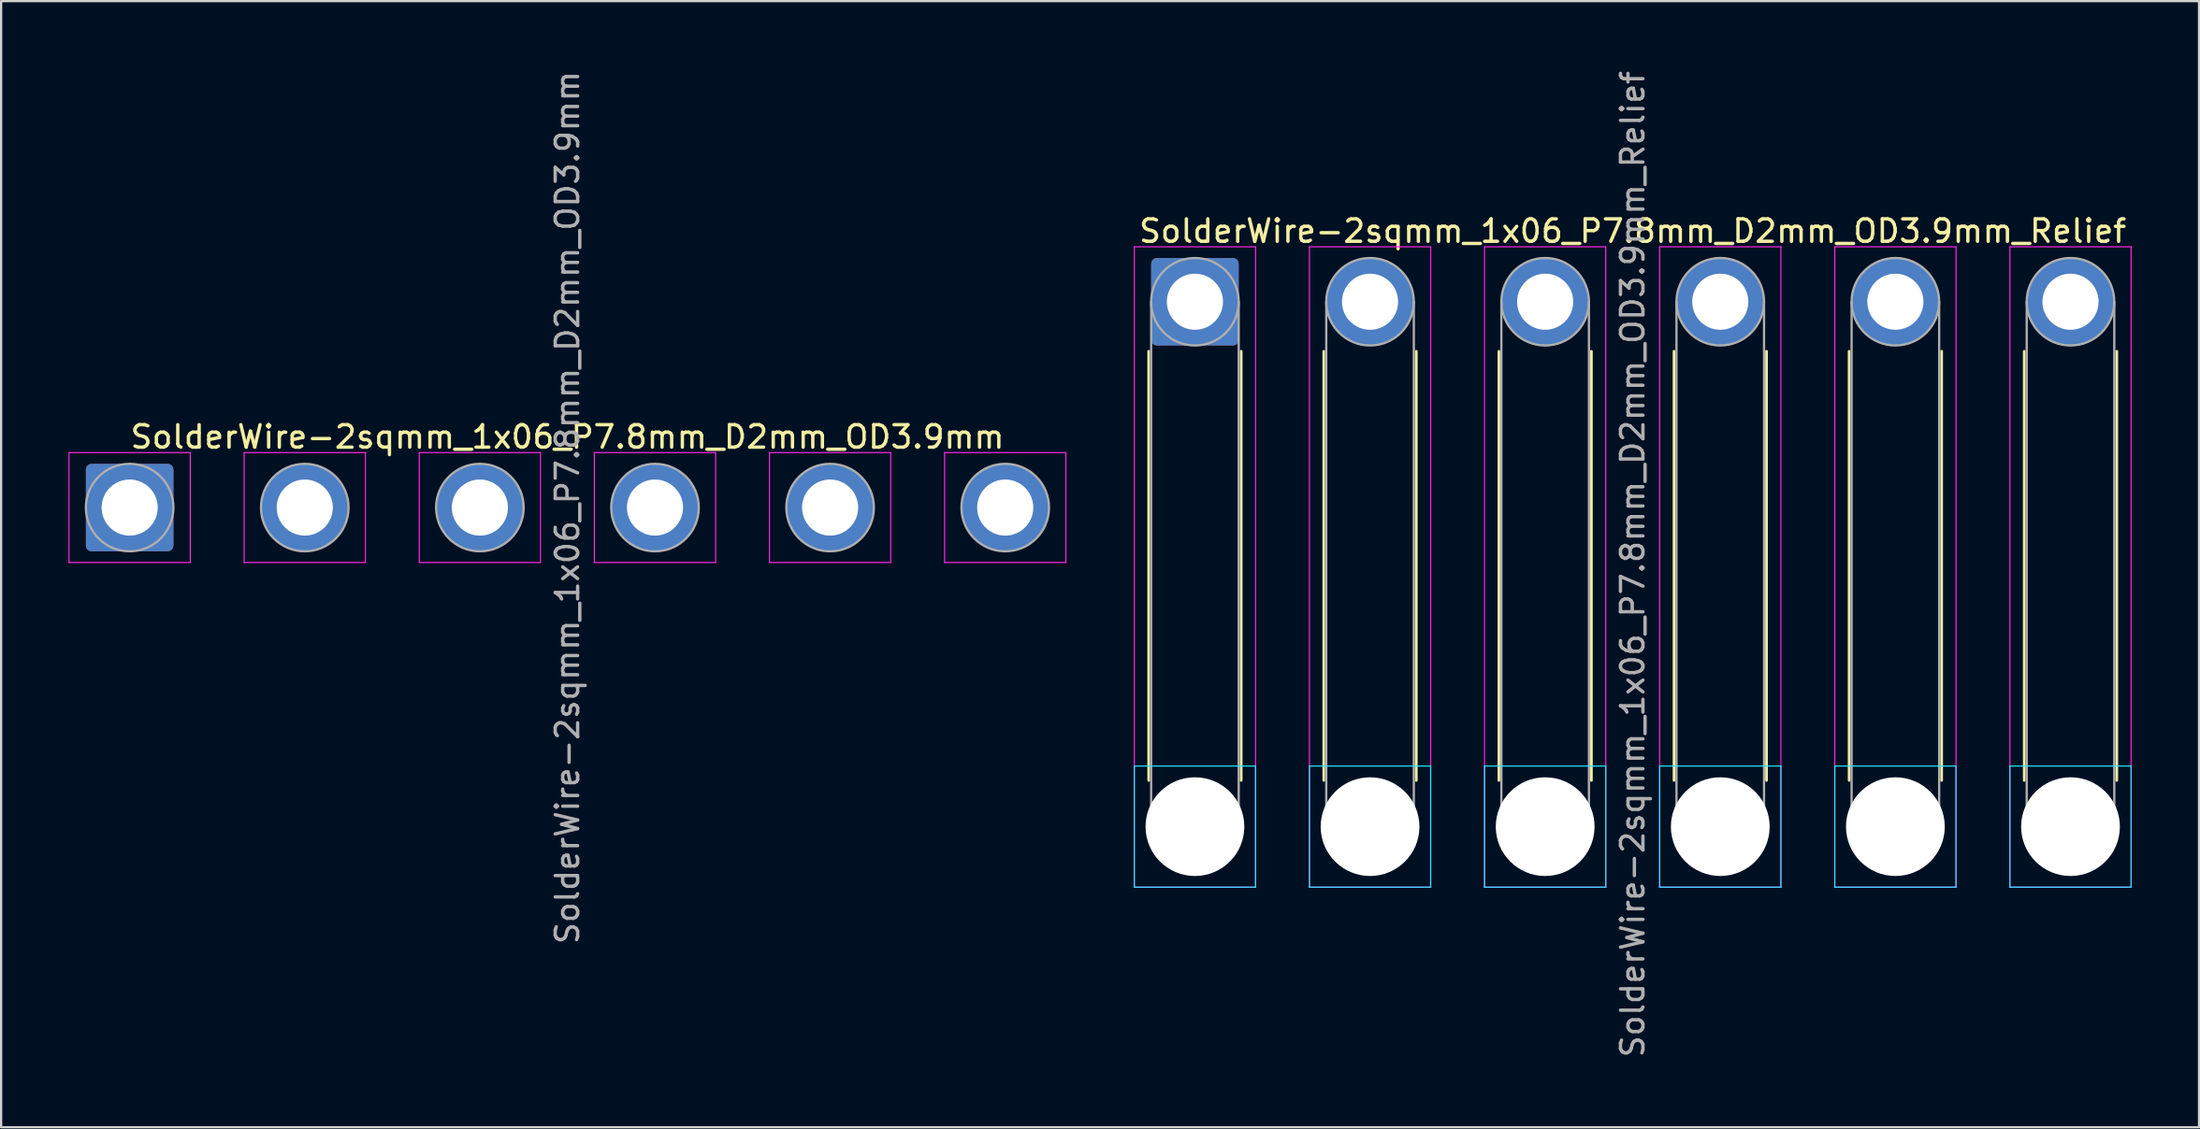
<source format=kicad_pcb>
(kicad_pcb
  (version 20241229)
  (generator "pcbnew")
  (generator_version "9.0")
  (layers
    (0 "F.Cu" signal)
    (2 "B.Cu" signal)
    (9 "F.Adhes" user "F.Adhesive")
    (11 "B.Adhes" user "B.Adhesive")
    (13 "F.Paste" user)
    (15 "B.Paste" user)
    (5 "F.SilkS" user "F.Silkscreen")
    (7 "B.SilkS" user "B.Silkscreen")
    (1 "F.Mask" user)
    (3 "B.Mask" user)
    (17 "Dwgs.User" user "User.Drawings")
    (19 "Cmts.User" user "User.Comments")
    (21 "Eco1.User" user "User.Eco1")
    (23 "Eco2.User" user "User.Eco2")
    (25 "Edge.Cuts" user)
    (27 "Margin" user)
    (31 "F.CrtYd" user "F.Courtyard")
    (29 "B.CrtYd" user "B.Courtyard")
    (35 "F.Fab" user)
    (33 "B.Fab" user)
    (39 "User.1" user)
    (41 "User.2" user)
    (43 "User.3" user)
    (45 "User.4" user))
  (footprint "SolderWire-2sqmm_1x06_P7.8mm_D2mm_OD3.9mm"
    (layer "F.Cu")
    (at 2.725 19.577)
    (property "Reference" "SolderWire-2sqmm_1x06_P7.8mm_D2mm_OD3.9mm" (at 19.5 -3.15 0) (layer "F.SilkS") (effects (font (size 1 1) (thickness 0.15))))
    (attr exclude_from_pos_files exclude_from_bom)
    (fp_line (start -2.7 -2.45) (end -2.7 2.45) (stroke (width 0.05) (type solid)) (layer "F.CrtYd"))
    (fp_line (start -2.7 2.45) (end 2.7 2.45) (stroke (width 0.05) (type solid)) (layer "F.CrtYd"))
    (fp_line (start 2.7 -2.45) (end -2.7 -2.45) (stroke (width 0.05) (type solid)) (layer "F.CrtYd"))
    (fp_line (start 2.7 2.45) (end 2.7 -2.45) (stroke (width 0.05) (type solid)) (layer "F.CrtYd"))
    (fp_line (start 5.1 -2.45) (end 5.1 2.45) (stroke (width 0.05) (type solid)) (layer "F.CrtYd"))
    (fp_line (start 5.1 2.45) (end 10.5 2.45) (stroke (width 0.05) (type solid)) (layer "F.CrtYd"))
    (fp_line (start 10.5 -2.45) (end 5.1 -2.45) (stroke (width 0.05) (type solid)) (layer "F.CrtYd"))
    (fp_line (start 10.5 2.45) (end 10.5 -2.45) (stroke (width 0.05) (type solid)) (layer "F.CrtYd"))
    (fp_line (start 12.9 -2.45) (end 12.9 2.45) (stroke (width 0.05) (type solid)) (layer "F.CrtYd"))
    (fp_line (start 12.9 2.45) (end 18.3 2.45) (stroke (width 0.05) (type solid)) (layer "F.CrtYd"))
    (fp_line (start 18.3 -2.45) (end 12.9 -2.45) (stroke (width 0.05) (type solid)) (layer "F.CrtYd"))
    (fp_line (start 18.3 2.45) (end 18.3 -2.45) (stroke (width 0.05) (type solid)) (layer "F.CrtYd"))
    (fp_line (start 20.7 -2.45) (end 20.7 2.45) (stroke (width 0.05) (type solid)) (layer "F.CrtYd"))
    (fp_line (start 20.7 2.45) (end 26.1 2.45) (stroke (width 0.05) (type solid)) (layer "F.CrtYd"))
    (fp_line (start 26.1 -2.45) (end 20.7 -2.45) (stroke (width 0.05) (type solid)) (layer "F.CrtYd"))
    (fp_line (start 26.1 2.45) (end 26.1 -2.45) (stroke (width 0.05) (type solid)) (layer "F.CrtYd"))
    (fp_line (start 28.5 -2.45) (end 28.5 2.45) (stroke (width 0.05) (type solid)) (layer "F.CrtYd"))
    (fp_line (start 28.5 2.45) (end 33.9 2.45) (stroke (width 0.05) (type solid)) (layer "F.CrtYd"))
    (fp_line (start 33.9 -2.45) (end 28.5 -2.45) (stroke (width 0.05) (type solid)) (layer "F.CrtYd"))
    (fp_line (start 33.9 2.45) (end 33.9 -2.45) (stroke (width 0.05) (type solid)) (layer "F.CrtYd"))
    (fp_line (start 36.3 -2.45) (end 36.3 2.45) (stroke (width 0.05) (type solid)) (layer "F.CrtYd"))
    (fp_line (start 36.3 2.45) (end 41.7 2.45) (stroke (width 0.05) (type solid)) (layer "F.CrtYd"))
    (fp_line (start 41.7 -2.45) (end 36.3 -2.45) (stroke (width 0.05) (type solid)) (layer "F.CrtYd"))
    (fp_line (start 41.7 2.45) (end 41.7 -2.45) (stroke (width 0.05) (type solid)) (layer "F.CrtYd"))
    (fp_circle (center 0 0) (end 1.95 0) (stroke (width 0.1) (type solid)) (fill no) (layer "F.Fab"))
    (fp_circle (center 7.8 0) (end 9.75 0) (stroke (width 0.1) (type solid)) (fill no) (layer "F.Fab"))
    (fp_circle (center 15.6 0) (end 17.55 0) (stroke (width 0.1) (type solid)) (fill no) (layer "F.Fab"))
    (fp_circle (center 23.4 0) (end 25.35 0) (stroke (width 0.1) (type solid)) (fill no) (layer "F.Fab"))
    (fp_circle (center 31.2 0) (end 33.15 0) (stroke (width 0.1) (type solid)) (fill no) (layer "F.Fab"))
    (fp_circle (center 39 0) (end 40.95 0) (stroke (width 0.1) (type solid)) (fill no) (layer "F.Fab"))
    (fp_text user "${REFERENCE}" (at 19.5 0 90) (layer "F.Fab") (effects (font (size 1 1) (thickness 0.15))))
    (pad "1" thru_hole roundrect (at 0 0) (size 3.9 3.9) (drill 2.5) (layers "*.Cu" "*.Mask") (roundrect_rratio 0.064))
    (pad "2" thru_hole circle (at 7.8 0) (size 3.9 3.9) (drill 2.5) (layers "*.Cu" "*.Mask"))
    (pad "3" thru_hole circle (at 15.6 0) (size 3.9 3.9) (drill 2.5) (layers "*.Cu" "*.Mask"))
    (pad "4" thru_hole circle (at 23.4 0) (size 3.9 3.9) (drill 2.5) (layers "*.Cu" "*.Mask"))
    (pad "5" thru_hole circle (at 31.2 0) (size 3.9 3.9) (drill 2.5) (layers "*.Cu" "*.Mask"))
    (pad "6" thru_hole circle (at 39 0) (size 3.9 3.9) (drill 2.5) (layers "*.Cu" "*.Mask")))
  (footprint "SolderWire-2sqmm_1x06_P7.8mm_D2mm_OD3.9mm_Relief"
    (layer "F.Cu")
    (at 50.175 10.401)
    (property "Reference" "SolderWire-2sqmm_1x06_P7.8mm_D2mm_OD3.9mm_Relief" (at 19.5 -3.15 0) (layer "F.SilkS") (effects (font (size 1 1) (thickness 0.15))))
    (attr exclude_from_pos_files exclude_from_bom)
    (fp_line (start -2.06 2.21) (end -2.06 21.34) (stroke (width 0.12) (type solid)) (layer "F.SilkS"))
    (fp_line (start 2.06 2.21) (end 2.06 21.34) (stroke (width 0.12) (type solid)) (layer "F.SilkS"))
    (fp_line (start 5.74 2.21) (end 5.74 21.34) (stroke (width 0.12) (type solid)) (layer "F.SilkS"))
    (fp_line (start 9.86 2.21) (end 9.86 21.34) (stroke (width 0.12) (type solid)) (layer "F.SilkS"))
    (fp_line (start 13.54 2.21) (end 13.54 21.34) (stroke (width 0.12) (type solid)) (layer "F.SilkS"))
    (fp_line (start 17.66 2.21) (end 17.66 21.34) (stroke (width 0.12) (type solid)) (layer "F.SilkS"))
    (fp_line (start 21.34 2.21) (end 21.34 21.34) (stroke (width 0.12) (type solid)) (layer "F.SilkS"))
    (fp_line (start 25.46 2.21) (end 25.46 21.34) (stroke (width 0.12) (type solid)) (layer "F.SilkS"))
    (fp_line (start 29.14 2.21) (end 29.14 21.34) (stroke (width 0.12) (type solid)) (layer "F.SilkS"))
    (fp_line (start 33.26 2.21) (end 33.26 21.34) (stroke (width 0.12) (type solid)) (layer "F.SilkS"))
    (fp_line (start 36.94 2.21) (end 36.94 21.34) (stroke (width 0.12) (type solid)) (layer "F.SilkS"))
    (fp_line (start 41.06 2.21) (end 41.06 21.34) (stroke (width 0.12) (type solid)) (layer "F.SilkS"))
    (fp_line (start -2.7 20.7) (end -2.7 26.1) (stroke (width 0.05) (type solid)) (layer "B.CrtYd"))
    (fp_line (start -2.7 26.1) (end 2.7 26.1) (stroke (width 0.05) (type solid)) (layer "B.CrtYd"))
    (fp_line (start 2.7 20.7) (end -2.7 20.7) (stroke (width 0.05) (type solid)) (layer "B.CrtYd"))
    (fp_line (start 2.7 26.1) (end 2.7 20.7) (stroke (width 0.05) (type solid)) (layer "B.CrtYd"))
    (fp_line (start 5.1 20.7) (end 5.1 26.1) (stroke (width 0.05) (type solid)) (layer "B.CrtYd"))
    (fp_line (start 5.1 26.1) (end 10.5 26.1) (stroke (width 0.05) (type solid)) (layer "B.CrtYd"))
    (fp_line (start 10.5 20.7) (end 5.1 20.7) (stroke (width 0.05) (type solid)) (layer "B.CrtYd"))
    (fp_line (start 10.5 26.1) (end 10.5 20.7) (stroke (width 0.05) (type solid)) (layer "B.CrtYd"))
    (fp_line (start 12.9 20.7) (end 12.9 26.1) (stroke (width 0.05) (type solid)) (layer "B.CrtYd"))
    (fp_line (start 12.9 26.1) (end 18.3 26.1) (stroke (width 0.05) (type solid)) (layer "B.CrtYd"))
    (fp_line (start 18.3 20.7) (end 12.9 20.7) (stroke (width 0.05) (type solid)) (layer "B.CrtYd"))
    (fp_line (start 18.3 26.1) (end 18.3 20.7) (stroke (width 0.05) (type solid)) (layer "B.CrtYd"))
    (fp_line (start 20.7 20.7) (end 20.7 26.1) (stroke (width 0.05) (type solid)) (layer "B.CrtYd"))
    (fp_line (start 20.7 26.1) (end 26.1 26.1) (stroke (width 0.05) (type solid)) (layer "B.CrtYd"))
    (fp_line (start 26.1 20.7) (end 20.7 20.7) (stroke (width 0.05) (type solid)) (layer "B.CrtYd"))
    (fp_line (start 26.1 26.1) (end 26.1 20.7) (stroke (width 0.05) (type solid)) (layer "B.CrtYd"))
    (fp_line (start 28.5 20.7) (end 28.5 26.1) (stroke (width 0.05) (type solid)) (layer "B.CrtYd"))
    (fp_line (start 28.5 26.1) (end 33.9 26.1) (stroke (width 0.05) (type solid)) (layer "B.CrtYd"))
    (fp_line (start 33.9 20.7) (end 28.5 20.7) (stroke (width 0.05) (type solid)) (layer "B.CrtYd"))
    (fp_line (start 33.9 26.1) (end 33.9 20.7) (stroke (width 0.05) (type solid)) (layer "B.CrtYd"))
    (fp_line (start 36.3 20.7) (end 36.3 26.1) (stroke (width 0.05) (type solid)) (layer "B.CrtYd"))
    (fp_line (start 36.3 26.1) (end 41.7 26.1) (stroke (width 0.05) (type solid)) (layer "B.CrtYd"))
    (fp_line (start 41.7 20.7) (end 36.3 20.7) (stroke (width 0.05) (type solid)) (layer "B.CrtYd"))
    (fp_line (start 41.7 26.1) (end 41.7 20.7) (stroke (width 0.05) (type solid)) (layer "B.CrtYd"))
    (fp_line (start -2.7 -2.45) (end -2.7 26.1) (stroke (width 0.05) (type solid)) (layer "F.CrtYd"))
    (fp_line (start -2.7 26.1) (end 2.7 26.1) (stroke (width 0.05) (type solid)) (layer "F.CrtYd"))
    (fp_line (start 2.7 -2.45) (end -2.7 -2.45) (stroke (width 0.05) (type solid)) (layer "F.CrtYd"))
    (fp_line (start 2.7 26.1) (end 2.7 -2.45) (stroke (width 0.05) (type solid)) (layer "F.CrtYd"))
    (fp_line (start 5.1 -2.45) (end 5.1 26.1) (stroke (width 0.05) (type solid)) (layer "F.CrtYd"))
    (fp_line (start 5.1 26.1) (end 10.5 26.1) (stroke (width 0.05) (type solid)) (layer "F.CrtYd"))
    (fp_line (start 10.5 -2.45) (end 5.1 -2.45) (stroke (width 0.05) (type solid)) (layer "F.CrtYd"))
    (fp_line (start 10.5 26.1) (end 10.5 -2.45) (stroke (width 0.05) (type solid)) (layer "F.CrtYd"))
    (fp_line (start 12.9 -2.45) (end 12.9 26.1) (stroke (width 0.05) (type solid)) (layer "F.CrtYd"))
    (fp_line (start 12.9 26.1) (end 18.3 26.1) (stroke (width 0.05) (type solid)) (layer "F.CrtYd"))
    (fp_line (start 18.3 -2.45) (end 12.9 -2.45) (stroke (width 0.05) (type solid)) (layer "F.CrtYd"))
    (fp_line (start 18.3 26.1) (end 18.3 -2.45) (stroke (width 0.05) (type solid)) (layer "F.CrtYd"))
    (fp_line (start 20.7 -2.45) (end 20.7 26.1) (stroke (width 0.05) (type solid)) (layer "F.CrtYd"))
    (fp_line (start 20.7 26.1) (end 26.1 26.1) (stroke (width 0.05) (type solid)) (layer "F.CrtYd"))
    (fp_line (start 26.1 -2.45) (end 20.7 -2.45) (stroke (width 0.05) (type solid)) (layer "F.CrtYd"))
    (fp_line (start 26.1 26.1) (end 26.1 -2.45) (stroke (width 0.05) (type solid)) (layer "F.CrtYd"))
    (fp_line (start 28.5 -2.45) (end 28.5 26.1) (stroke (width 0.05) (type solid)) (layer "F.CrtYd"))
    (fp_line (start 28.5 26.1) (end 33.9 26.1) (stroke (width 0.05) (type solid)) (layer "F.CrtYd"))
    (fp_line (start 33.9 -2.45) (end 28.5 -2.45) (stroke (width 0.05) (type solid)) (layer "F.CrtYd"))
    (fp_line (start 33.9 26.1) (end 33.9 -2.45) (stroke (width 0.05) (type solid)) (layer "F.CrtYd"))
    (fp_line (start 36.3 -2.45) (end 36.3 26.1) (stroke (width 0.05) (type solid)) (layer "F.CrtYd"))
    (fp_line (start 36.3 26.1) (end 41.7 26.1) (stroke (width 0.05) (type solid)) (layer "F.CrtYd"))
    (fp_line (start 41.7 -2.45) (end 36.3 -2.45) (stroke (width 0.05) (type solid)) (layer "F.CrtYd"))
    (fp_line (start 41.7 26.1) (end 41.7 -2.45) (stroke (width 0.05) (type solid)) (layer "F.CrtYd"))
    (fp_line (start -1.95 0) (end -1.95 23.4) (stroke (width 0.1) (type solid)) (layer "F.Fab"))
    (fp_line (start 1.95 0) (end 1.95 23.4) (stroke (width 0.1) (type solid)) (layer "F.Fab"))
    (fp_line (start 5.85 0) (end 5.85 23.4) (stroke (width 0.1) (type solid)) (layer "F.Fab"))
    (fp_line (start 9.75 0) (end 9.75 23.4) (stroke (width 0.1) (type solid)) (layer "F.Fab"))
    (fp_line (start 13.65 0) (end 13.65 23.4) (stroke (width 0.1) (type solid)) (layer "F.Fab"))
    (fp_line (start 17.55 0) (end 17.55 23.4) (stroke (width 0.1) (type solid)) (layer "F.Fab"))
    (fp_line (start 21.45 0) (end 21.45 23.4) (stroke (width 0.1) (type solid)) (layer "F.Fab"))
    (fp_line (start 25.35 0) (end 25.35 23.4) (stroke (width 0.1) (type solid)) (layer "F.Fab"))
    (fp_line (start 29.25 0) (end 29.25 23.4) (stroke (width 0.1) (type solid)) (layer "F.Fab"))
    (fp_line (start 33.15 0) (end 33.15 23.4) (stroke (width 0.1) (type solid)) (layer "F.Fab"))
    (fp_line (start 37.05 0) (end 37.05 23.4) (stroke (width 0.1) (type solid)) (layer "F.Fab"))
    (fp_line (start 40.95 0) (end 40.95 23.4) (stroke (width 0.1) (type solid)) (layer "F.Fab"))
    (fp_circle (center 0 0) (end 1.95 0) (stroke (width 0.1) (type solid)) (fill no) (layer "F.Fab"))
    (fp_circle (center 0 23.4) (end 1.95 23.4) (stroke (width 0.1) (type solid)) (fill no) (layer "F.Fab"))
    (fp_circle (center 7.8 0) (end 9.75 0) (stroke (width 0.1) (type solid)) (fill no) (layer "F.Fab"))
    (fp_circle (center 7.8 23.4) (end 9.75 23.4) (stroke (width 0.1) (type solid)) (fill no) (layer "F.Fab"))
    (fp_circle (center 15.6 0) (end 17.55 0) (stroke (width 0.1) (type solid)) (fill no) (layer "F.Fab"))
    (fp_circle (center 15.6 23.4) (end 17.55 23.4) (stroke (width 0.1) (type solid)) (fill no) (layer "F.Fab"))
    (fp_circle (center 23.4 0) (end 25.35 0) (stroke (width 0.1) (type solid)) (fill no) (layer "F.Fab"))
    (fp_circle (center 23.4 23.4) (end 25.35 23.4) (stroke (width 0.1) (type solid)) (fill no) (layer "F.Fab"))
    (fp_circle (center 31.2 0) (end 33.15 0) (stroke (width 0.1) (type solid)) (fill no) (layer "F.Fab"))
    (fp_circle (center 31.2 23.4) (end 33.15 23.4) (stroke (width 0.1) (type solid)) (fill no) (layer "F.Fab"))
    (fp_circle (center 39 0) (end 40.95 0) (stroke (width 0.1) (type solid)) (fill no) (layer "F.Fab"))
    (fp_circle (center 39 23.4) (end 40.95 23.4) (stroke (width 0.1) (type solid)) (fill no) (layer "F.Fab"))
    (fp_text user "${REFERENCE}" (at 19.5 11.7 90) (layer "F.Fab") (effects (font (size 1 1) (thickness 0.15))))
    (pad "" np_thru_hole circle (at 0 23.4) (size 4.4 4.4) (drill 4.4) (layers "*.Cu" "*.Mask"))
    (pad "" np_thru_hole circle (at 7.8 23.4) (size 4.4 4.4) (drill 4.4) (layers "*.Cu" "*.Mask"))
    (pad "" np_thru_hole circle (at 15.6 23.4) (size 4.4 4.4) (drill 4.4) (layers "*.Cu" "*.Mask"))
    (pad "" np_thru_hole circle (at 23.4 23.4) (size 4.4 4.4) (drill 4.4) (layers "*.Cu" "*.Mask"))
    (pad "" np_thru_hole circle (at 31.2 23.4) (size 4.4 4.4) (drill 4.4) (layers "*.Cu" "*.Mask"))
    (pad "" np_thru_hole circle (at 39 23.4) (size 4.4 4.4) (drill 4.4) (layers "*.Cu" "*.Mask"))
    (pad "1" thru_hole roundrect (at 0 0) (size 3.9 3.9) (drill 2.5) (layers "*.Cu" "*.Mask") (roundrect_rratio 0.064))
    (pad "2" thru_hole circle (at 7.8 0) (size 3.9 3.9) (drill 2.5) (layers "*.Cu" "*.Mask"))
    (pad "3" thru_hole circle (at 15.6 0) (size 3.9 3.9) (drill 2.5) (layers "*.Cu" "*.Mask"))
    (pad "4" thru_hole circle (at 23.4 0) (size 3.9 3.9) (drill 2.5) (layers "*.Cu" "*.Mask"))
    (pad "5" thru_hole circle (at 31.2 0) (size 3.9 3.9) (drill 2.5) (layers "*.Cu" "*.Mask"))
    (pad "6" thru_hole circle (at 39 0) (size 3.9 3.9) (drill 2.5) (layers "*.Cu" "*.Mask")))
  (gr_rect
    (start -3 -3)
    (end 94.9 47.202)
    (stroke (width 0.1) (type default))
    (fill no)
    (layer "Edge.Cuts")))
</source>
